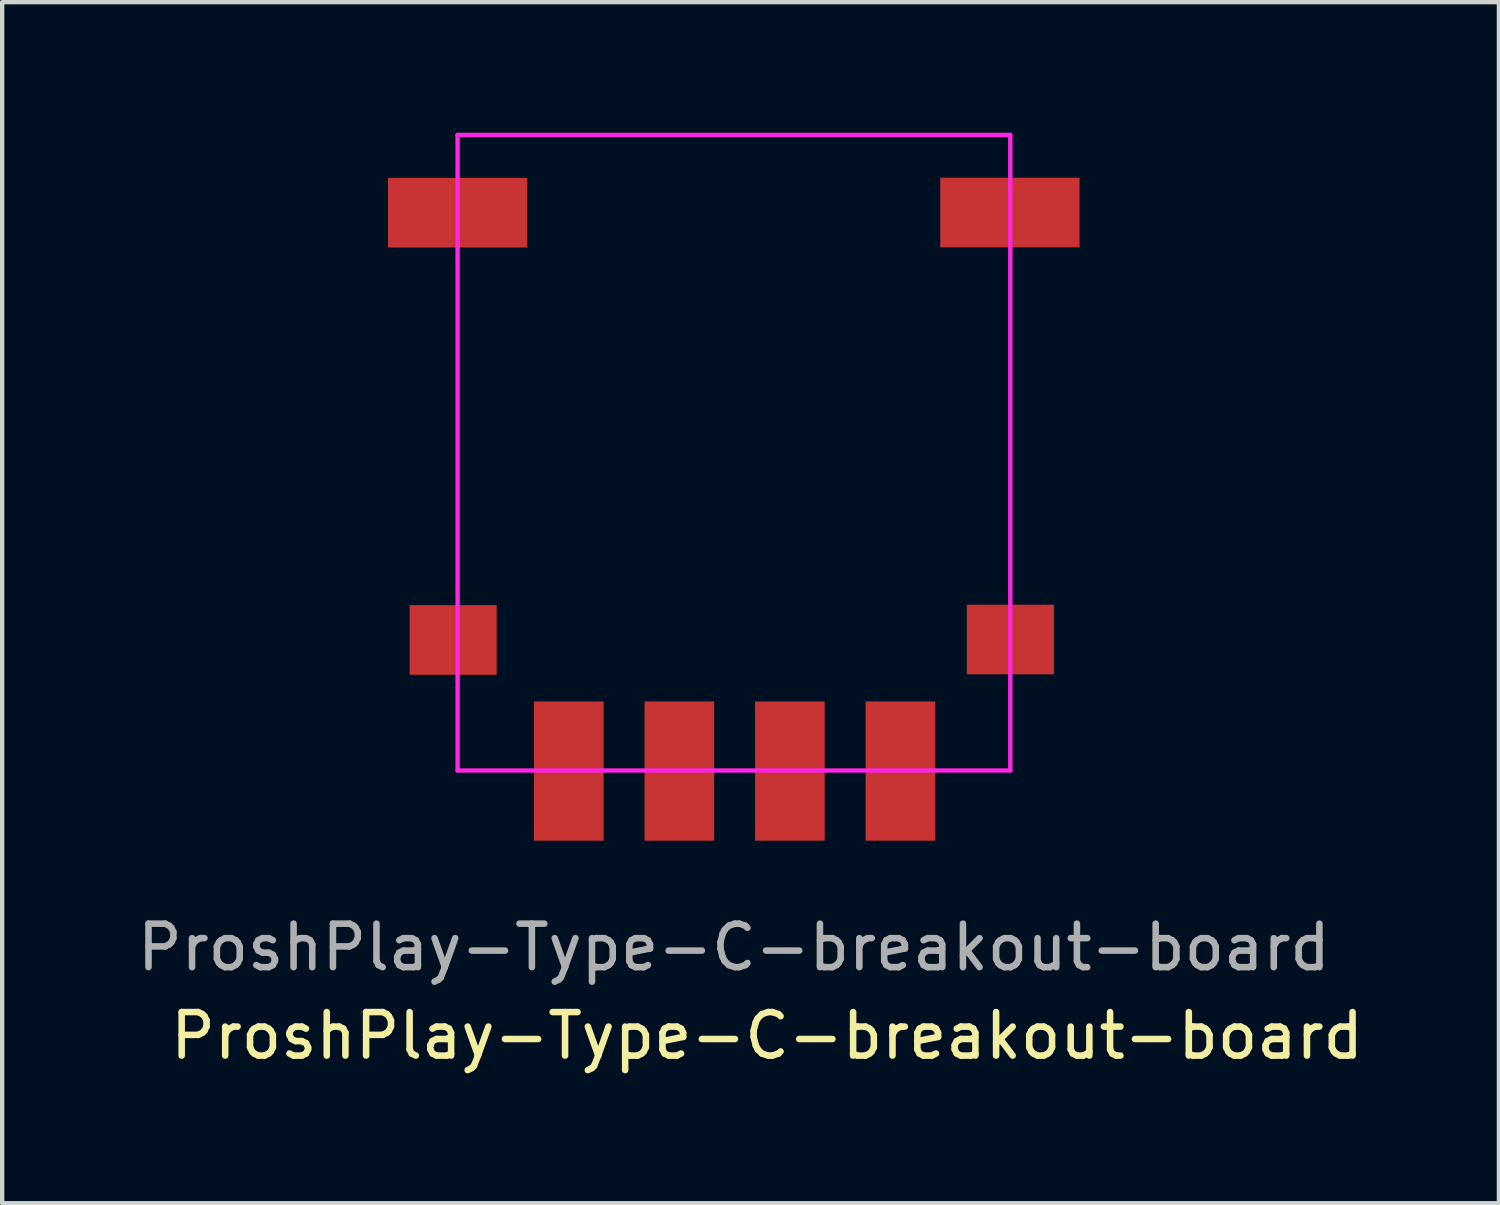
<source format=kicad_pcb>
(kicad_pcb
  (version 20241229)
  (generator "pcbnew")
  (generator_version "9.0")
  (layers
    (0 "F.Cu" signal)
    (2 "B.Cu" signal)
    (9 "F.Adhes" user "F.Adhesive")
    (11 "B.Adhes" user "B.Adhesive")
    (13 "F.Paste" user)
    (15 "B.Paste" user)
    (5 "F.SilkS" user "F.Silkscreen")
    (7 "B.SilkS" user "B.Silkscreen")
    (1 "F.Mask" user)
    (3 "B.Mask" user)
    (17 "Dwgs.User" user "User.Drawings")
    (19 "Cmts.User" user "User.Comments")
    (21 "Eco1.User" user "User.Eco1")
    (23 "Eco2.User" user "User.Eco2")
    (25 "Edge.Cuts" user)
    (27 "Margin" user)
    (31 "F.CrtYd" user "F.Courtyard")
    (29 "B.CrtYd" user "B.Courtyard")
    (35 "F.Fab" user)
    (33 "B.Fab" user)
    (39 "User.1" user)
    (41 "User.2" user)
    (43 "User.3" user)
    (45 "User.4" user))
  (footprint "ProshPlay-Type-C-breakout-board"
    (layer "F.Cu")
    (at 13.815 14.655)
    (property "Reference" "ProshPlay-Type-C-breakout-board" (at 0.762 6.096 0) (unlocked yes) (layer "F.SilkS") (effects (font (size 1 1) (thickness 0.15))))
    (attr smd)
    (fp_line (start -6.35 -14.605) (end 6.35 -14.605) (stroke (width 0.1) (type default)) (layer "F.CrtYd"))
    (fp_line (start -6.35 0) (end -6.35 -14.605) (stroke (width 0.1) (type default)) (layer "F.CrtYd"))
    (fp_line (start 6.35 -14.605) (end 6.35 0) (stroke (width 0.1) (type default)) (layer "F.CrtYd"))
    (fp_line (start 6.35 0) (end -6.35 0) (stroke (width 0.1) (type default)) (layer "F.CrtYd"))
    (fp_text user "${REFERENCE}" (at 0 4.064 0) (unlocked yes) (layer "F.Fab") (effects (font (size 1 1) (thickness 0.15))))
    (pad "1" smd rect (at -3.795 0.013 90) (size 3.2 1.6) (layers "F.Cu" "F.Mask" "F.Paste"))
    (pad "2" smd rect (at -1.255 0.013 90) (size 3.2 1.6) (layers "F.Cu" "F.Mask" "F.Paste"))
    (pad "3" smd rect (at 1.285 0.013 90) (size 3.2 1.6) (layers "F.Cu" "F.Mask" "F.Paste"))
    (pad "4" smd rect (at 3.825 0.013 90) (size 3.2 1.6) (layers "F.Cu" "F.Mask" "F.Paste"))
    (pad "5" smd rect (at -6.452 -3 180) (size 2 1.6) (layers "F.Cu" "F.Mask" "F.Paste"))
    (pad "5" smd rect (at -6.349 -12.818 180) (size 3.2 1.6) (layers "F.Cu" "F.Mask" "F.Paste"))
    (pad "5" smd rect (at 6.341 -12.822 180) (size 3.2 1.6) (layers "F.Cu" "F.Mask" "F.Paste"))
    (pad "5" smd rect (at 6.352 -3.01 180) (size 2 1.6) (layers "F.Cu" "F.Mask" "F.Paste"))
    (zone (net_name "") (layer "F.SilkS") (hatch edge 0.5) (connect_pads) (min_thickness 0.25) (filled_areas_thickness no) (keepout (tracks not_allowed) (vias not_allowed) (pads not_allowed) (copperpour allowed) (footprints allowed)) (placement (enabled no)) (fill) (polygon (pts (xy 10.259 0.431) (xy 8.735 0.431) (xy 8.735 3.225) (xy 10.259 3.225))))
    (zone (net_name "") (layer "F.SilkS") (hatch edge 0.5) (connect_pads) (min_thickness 0.25) (filled_areas_thickness no) (keepout (tracks not_allowed) (vias not_allowed) (pads not_allowed) (copperpour allowed) (footprints allowed)) (placement (enabled no)) (fill) (polygon (pts (xy 17.371 4.749) (xy 18.895 4.749) (xy 18.895 7.035) (xy 17.371 7.035))))
    (zone (net_name "") (layer "F.SilkS") (hatch edge 0.5) (connect_pads) (min_thickness 0.25) (filled_areas_thickness no) (keepout (tracks not_allowed) (vias not_allowed) (pads not_allowed) (copperpour allowed) (footprints allowed)) (placement (enabled no)) (fill) (polygon (pts (xy 18.895 0.431) (xy 17.371 0.431) (xy 17.371 3.225) (xy 18.895 3.225))))
    (zone (net_name "") (layer "F.SilkS") (hatch edge 0.5) (connect_pads) (min_thickness 0.25) (filled_areas_thickness no) (keepout (tracks not_allowed) (vias not_allowed) (pads not_allowed) (copperpour allowed) (footprints allowed)) (placement (enabled no)) (fill) (polygon (pts (xy 10.259 4.749) (xy 8.915 4.75) (xy 8.735 4.749) (xy 8.735 7.035) (xy 10.259 7.035)))))
  (gr_rect
    (start -3 -3)
    (end 31.393 24.599)
    (stroke (width 0.1) (type default))
    (fill no)
    (layer "Edge.Cuts")))
</source>
